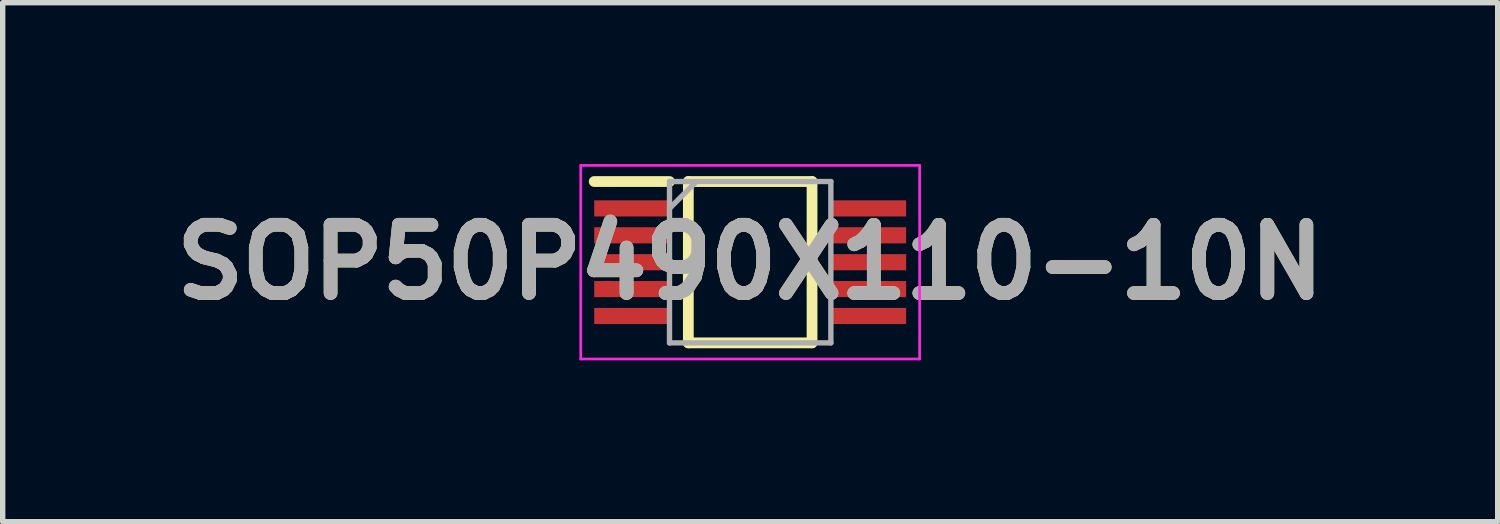
<source format=kicad_pcb>
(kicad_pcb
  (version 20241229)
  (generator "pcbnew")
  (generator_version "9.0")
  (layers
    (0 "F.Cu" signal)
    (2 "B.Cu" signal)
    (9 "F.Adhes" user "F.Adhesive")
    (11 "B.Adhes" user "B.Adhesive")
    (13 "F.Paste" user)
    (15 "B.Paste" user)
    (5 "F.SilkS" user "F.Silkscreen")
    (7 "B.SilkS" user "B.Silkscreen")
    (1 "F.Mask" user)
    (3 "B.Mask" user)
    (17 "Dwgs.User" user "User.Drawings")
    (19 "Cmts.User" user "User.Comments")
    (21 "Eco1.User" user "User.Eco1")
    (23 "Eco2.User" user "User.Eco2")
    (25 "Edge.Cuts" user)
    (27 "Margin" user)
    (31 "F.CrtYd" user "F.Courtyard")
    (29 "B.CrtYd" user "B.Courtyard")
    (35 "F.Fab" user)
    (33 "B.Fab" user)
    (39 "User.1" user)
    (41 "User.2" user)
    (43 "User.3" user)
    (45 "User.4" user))
  (footprint "SOP50P490X110-10N"
    (layer "F.Cu")
    (at 10.898 1.825)
    (property "Reference" "SOP50P490X110-10N" (at 0 0 0) (layer "F.SilkS") (effects (font (size 1.27 1.27) (thickness 0.254))))
    (attr smd)
    (fp_line (start -2.9 -1.5) (end -1.5 -1.5) (stroke (width 0.2) (type solid)) (layer "F.SilkS"))
    (fp_line (start -1.15 -1.5) (end 1.15 -1.5) (stroke (width 0.2) (type solid)) (layer "F.SilkS"))
    (fp_line (start -1.15 1.5) (end -1.15 -1.5) (stroke (width 0.2) (type solid)) (layer "F.SilkS"))
    (fp_line (start 1.15 -1.5) (end 1.15 1.5) (stroke (width 0.2) (type solid)) (layer "F.SilkS"))
    (fp_line (start 1.15 1.5) (end -1.15 1.5) (stroke (width 0.2) (type solid)) (layer "F.SilkS"))
    (fp_line (start -3.15 -1.8) (end 3.15 -1.8) (stroke (width 0.05) (type solid)) (layer "F.CrtYd"))
    (fp_line (start -3.15 1.8) (end -3.15 -1.8) (stroke (width 0.05) (type solid)) (layer "F.CrtYd"))
    (fp_line (start 3.15 -1.8) (end 3.15 1.8) (stroke (width 0.05) (type solid)) (layer "F.CrtYd"))
    (fp_line (start 3.15 1.8) (end -3.15 1.8) (stroke (width 0.05) (type solid)) (layer "F.CrtYd"))
    (fp_line (start -1.5 -1.5) (end 1.5 -1.5) (stroke (width 0.1) (type solid)) (layer "F.Fab"))
    (fp_line (start -1.5 -1) (end -1 -1.5) (stroke (width 0.1) (type solid)) (layer "F.Fab"))
    (fp_line (start -1.5 1.5) (end -1.5 -1.5) (stroke (width 0.1) (type solid)) (layer "F.Fab"))
    (fp_line (start 1.5 -1.5) (end 1.5 1.5) (stroke (width 0.1) (type solid)) (layer "F.Fab"))
    (fp_line (start 1.5 1.5) (end -1.5 1.5) (stroke (width 0.1) (type solid)) (layer "F.Fab"))
    (fp_text user "${REFERENCE}" (at 0 0 0) (layer "F.Fab") (effects (font (size 1.27 1.27) (thickness 0.254))))
    (pad "1" smd rect (at -2.2 -1 90) (size 0.3 1.4) (layers "F.Cu" "F.Mask" "F.Paste"))
    (pad "2" smd rect (at -2.2 -0.5 90) (size 0.3 1.4) (layers "F.Cu" "F.Mask" "F.Paste"))
    (pad "3" smd rect (at -2.2 0 90) (size 0.3 1.4) (layers "F.Cu" "F.Mask" "F.Paste"))
    (pad "4" smd rect (at -2.2 0.5 90) (size 0.3 1.4) (layers "F.Cu" "F.Mask" "F.Paste"))
    (pad "5" smd rect (at -2.2 1 90) (size 0.3 1.4) (layers "F.Cu" "F.Mask" "F.Paste"))
    (pad "6" smd rect (at 2.2 1 90) (size 0.3 1.4) (layers "F.Cu" "F.Mask" "F.Paste"))
    (pad "7" smd rect (at 2.2 0.5 90) (size 0.3 1.4) (layers "F.Cu" "F.Mask" "F.Paste"))
    (pad "8" smd rect (at 2.2 0 90) (size 0.3 1.4) (layers "F.Cu" "F.Mask" "F.Paste"))
    (pad "9" smd rect (at 2.2 -0.5 90) (size 0.3 1.4) (layers "F.Cu" "F.Mask" "F.Paste"))
    (pad "10" smd rect (at 2.2 -1 90) (size 0.3 1.4) (layers "F.Cu" "F.Mask" "F.Paste")))
  (gr_rect
    (start -3 -3)
    (end 24.796 6.65)
    (stroke (width 0.1) (type default))
    (fill no)
    (layer "Edge.Cuts")))
</source>
